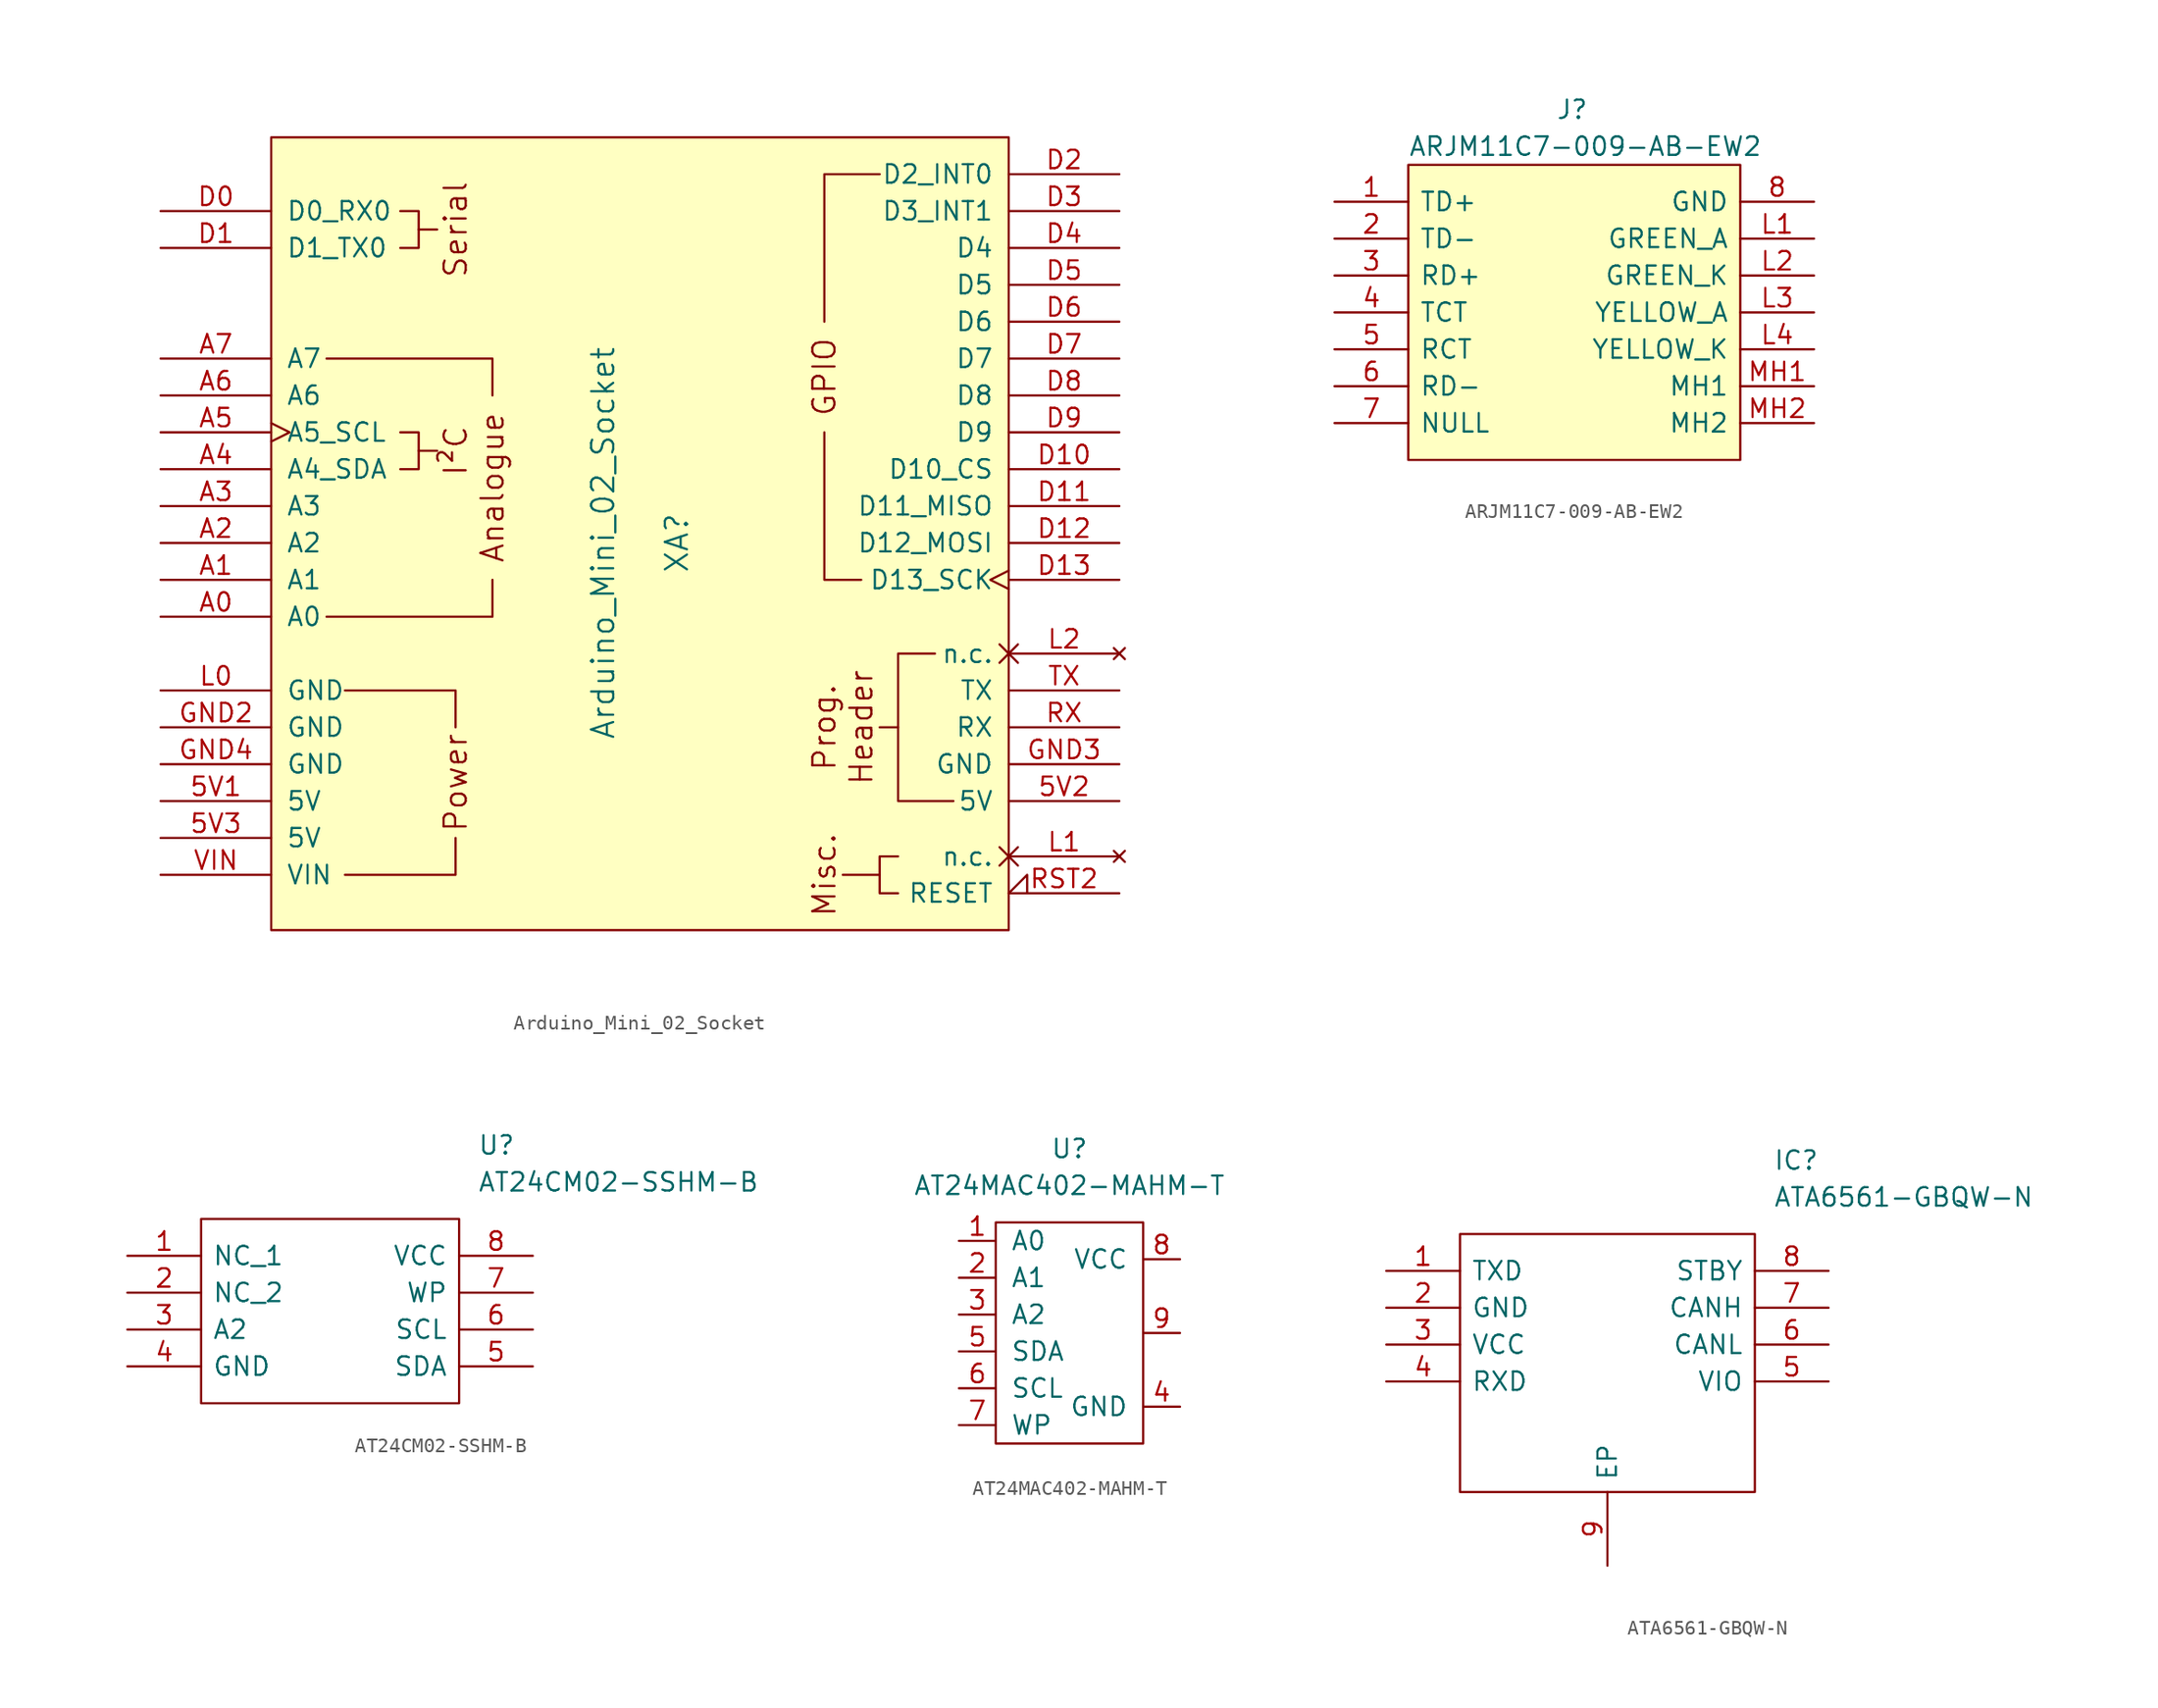
<source format=kicad_sym>
(kicad_symbol_lib
  (version 20220914)
  (generator kicad_symbol_editor)
  (symbol "Arduino_Mini_02_Socket"
    (pin_names
      (offset 1.016))
    (property "Reference" "XA"
      (at 2.54 0 90)
      (effects (font (size 1.524 1.524))))
    (property "Value" "Arduino_Mini_02_Socket"
      (at -2.54 0 90)
      (effects (font (size 1.524 1.524))))
    (symbol "Arduino_Mini_02_Socket_0_0"
      (rectangle (start -25.4 27.94) (end 25.4 -26.67) (stroke (width 0) (type default)) (fill (type background)))
      (polyline (pts (xy -15.24 6.35) (xy -13.97 6.35)) (stroke (width 0) (type default)) (fill (type none)))
      (polyline (pts (xy -15.24 21.59) (xy -13.97 21.59)) (stroke (width 0) (type default)) (fill (type none)))
      (polyline (pts (xy 16.51 -22.86) (xy 13.97 -22.86)) (stroke (width 0) (type default)) (fill (type none)))
      (polyline (pts (xy -20.32 -22.86) (xy -12.7 -22.86) (xy -12.7 -20.32)) (stroke (width 0) (type default)) (fill (type none)))
      (polyline (pts (xy -12.7 -12.7) (xy -12.7 -10.16) (xy -20.32 -10.16)) (stroke (width 0) (type default)) (fill (type none)))
      (polyline (pts (xy -10.16 -2.54) (xy -10.16 -5.08) (xy -21.59 -5.08)) (stroke (width 0) (type default)) (fill (type none)))
      (polyline (pts (xy -10.16 10.16) (xy -10.16 12.7) (xy -21.59 12.7)) (stroke (width 0) (type default)) (fill (type none)))
      (polyline (pts (xy 17.78 -12.7) (xy 17.78 -17.78) (xy 21.59 -17.78)) (stroke (width 0) (type default)) (fill (type none)))
      (polyline (pts (xy -16.51 7.62) (xy -15.24 7.62) (xy -15.24 5.08) (xy -16.51 5.08)) (stroke (width 0) (type default)) (fill (type none)))
      (polyline (pts (xy -16.51 22.86) (xy -15.24 22.86) (xy -15.24 20.32) (xy -16.51 20.32)) (stroke (width 0) (type default)) (fill (type none)))
      (polyline (pts (xy 20.32 -7.62) (xy 17.78 -7.62) (xy 17.78 -12.7) (xy 16.51 -12.7)) (stroke (width 0) (type default)) (fill (type none)))
      (text "Analogue" (at -10.16 3.81 900) (effects (font (size 1.524 1.524))))
      (text "Header" (at 15.24 -12.7 900) (effects (font (size 1.524 1.524))))
      (text "I²C" (at -12.7 6.35 900) (effects (font (size 1.524 1.524))))
      (text "Misc." (at 12.7 -22.86 900) (effects (font (size 1.524 1.524))))
      (text "Power" (at -12.7 -16.51 900) (effects (font (size 1.524 1.524))))
      (text "Prog." (at 12.7 -12.7 900) (effects (font (size 1.524 1.524))))
      (text "Serial" (at -12.7 21.59 900) (effects (font (size 1.524 1.524)))))
    (symbol "Arduino_Mini_02_Socket_0_1"
      (polyline (pts (xy 15.24 -2.54) (xy 12.7 -2.54) (xy 12.7 7.62)) (stroke (width 0) (type default)) (fill (type none)))
      (polyline (pts (xy 16.51 25.4) (xy 12.7 25.4) (xy 12.7 15.24)) (stroke (width 0) (type default)) (fill (type none)))
      (polyline (pts (xy 17.78 -21.59) (xy 16.51 -21.59) (xy 16.51 -24.13) (xy 17.78 -24.13)) (stroke (width 0) (type default)) (fill (type none))))
    (symbol "Arduino_Mini_02_Socket_1_0"
      (text "GPIO" (at 12.7 11.43 900) (effects (font (size 1.524 1.524)))))
    (symbol "Arduino_Mini_02_Socket_1_1"
      (pin power_in line (at -33.02 -17.78 0) (length 7.62) (name "5V" (effects (font (size 1.27 1.27)))) (number "5V1" (effects (font (size 1.27 1.27)))))
      (pin power_in line (at 33.02 -17.78 180) (length 7.62) (name "5V" (effects (font (size 1.27 1.27)))) (number "5V2" (effects (font (size 1.27 1.27)))))
      (pin power_in line (at -33.02 -20.32 0) (length 7.62) (name "5V" (effects (font (size 1.27 1.27)))) (number "5V3" (effects (font (size 1.27 1.27)))))
      (pin bidirectional line (at -33.02 -5.08 0) (length 7.62) (name "A0" (effects (font (size 1.27 1.27)))) (number "A0" (effects (font (size 1.27 1.27)))))
      (pin bidirectional line (at -33.02 -2.54 0) (length 7.62) (name "A1" (effects (font (size 1.27 1.27)))) (number "A1" (effects (font (size 1.27 1.27)))))
      (pin bidirectional line (at -33.02 0 0) (length 7.62) (name "A2" (effects (font (size 1.27 1.27)))) (number "A2" (effects (font (size 1.27 1.27)))))
      (pin bidirectional line (at -33.02 2.54 0) (length 7.62) (name "A3" (effects (font (size 1.27 1.27)))) (number "A3" (effects (font (size 1.27 1.27)))))
      (pin bidirectional line (at -33.02 5.08 0) (length 7.62) (name "A4_SDA" (effects (font (size 1.27 1.27)))) (number "A4" (effects (font (size 1.27 1.27)))))
      (pin bidirectional clock (at -33.02 7.62 0) (length 7.62) (name "A5_SCL" (effects (font (size 1.27 1.27)))) (number "A5" (effects (font (size 1.27 1.27)))))
      (pin input line (at -33.02 10.16 0) (length 7.62) (name "A6" (effects (font (size 1.27 1.27)))) (number "A6" (effects (font (size 1.27 1.27)))))
      (pin input line (at -33.02 12.7 0) (length 7.62) (name "A7" (effects (font (size 1.27 1.27)))) (number "A7" (effects (font (size 1.27 1.27)))))
      (pin bidirectional line (at -33.02 22.86 0) (length 7.62) (name "D0_RX0" (effects (font (size 1.27 1.27)))) (number "D0" (effects (font (size 1.27 1.27)))))
      (pin bidirectional line (at -33.02 20.32 0) (length 7.62) (name "D1_TX0" (effects (font (size 1.27 1.27)))) (number "D1" (effects (font (size 1.27 1.27)))))
      (pin bidirectional line (at 33.02 5.08 180) (length 7.62) (name "D10_CS" (effects (font (size 1.27 1.27)))) (number "D10" (effects (font (size 1.27 1.27)))))
      (pin bidirectional line (at 33.02 2.54 180) (length 7.62) (name "D11_MISO" (effects (font (size 1.27 1.27)))) (number "D11" (effects (font (size 1.27 1.27)))))
      (pin bidirectional line (at 33.02 0 180) (length 7.62) (name "D12_MOSI" (effects (font (size 1.27 1.27)))) (number "D12" (effects (font (size 1.27 1.27)))))
      (pin bidirectional clock (at 33.02 -2.54 180) (length 7.62) (name "D13_SCK" (effects (font (size 1.27 1.27)))) (number "D13" (effects (font (size 1.27 1.27)))))
      (pin bidirectional line (at 33.02 25.4 180) (length 7.62) (name "D2_INT0" (effects (font (size 1.27 1.27)))) (number "D2" (effects (font (size 1.27 1.27)))))
      (pin bidirectional line (at 33.02 22.86 180) (length 7.62) (name "D3_INT1" (effects (font (size 1.27 1.27)))) (number "D3" (effects (font (size 1.27 1.27)))))
      (pin bidirectional line (at 33.02 20.32 180) (length 7.62) (name "D4" (effects (font (size 1.27 1.27)))) (number "D4" (effects (font (size 1.27 1.27)))))
      (pin bidirectional line (at 33.02 17.78 180) (length 7.62) (name "D5" (effects (font (size 1.27 1.27)))) (number "D5" (effects (font (size 1.27 1.27)))))
      (pin bidirectional line (at 33.02 15.24 180) (length 7.62) (name "D6" (effects (font (size 1.27 1.27)))) (number "D6" (effects (font (size 1.27 1.27)))))
      (pin bidirectional line (at 33.02 12.7 180) (length 7.62) (name "D7" (effects (font (size 1.27 1.27)))) (number "D7" (effects (font (size 1.27 1.27)))))
      (pin bidirectional line (at 33.02 10.16 180) (length 7.62) (name "D8" (effects (font (size 1.27 1.27)))) (number "D8" (effects (font (size 1.27 1.27)))))
      (pin bidirectional line (at 33.02 7.62 180) (length 7.62) (name "D9" (effects (font (size 1.27 1.27)))) (number "D9" (effects (font (size 1.27 1.27)))))
      (pin power_in line (at -33.02 -12.7 0) (length 7.62) (name "GND" (effects (font (size 1.27 1.27)))) (number "GND2" (effects (font (size 1.27 1.27)))))
      (pin power_in line (at 33.02 -15.24 180) (length 7.62) (name "GND" (effects (font (size 1.27 1.27)))) (number "GND3" (effects (font (size 1.27 1.27)))))
      (pin power_in line (at -33.02 -15.24 0) (length 7.62) (name "GND" (effects (font (size 1.27 1.27)))) (number "GND4" (effects (font (size 1.27 1.27)))))
      (pin power_in line (at -33.02 -10.16 0) (length 7.62) (name "GND" (effects (font (size 1.27 1.27)))) (number "L0" (effects (font (size 1.27 1.27)))))
      (pin no_connect non_logic (at 33.02 -21.59 180) (length 7.62) (name "n.c." (effects (font (size 1.27 1.27)))) (number "L1" (effects (font (size 1.27 1.27)))))
      (pin no_connect non_logic (at 33.02 -7.62 180) (length 7.62) (name "n.c." (effects (font (size 1.27 1.27)))) (number "L2" (effects (font (size 1.27 1.27)))))
      (pin open_collector input_low (at 33.02 -24.13 180) (length 7.62) (name "RESET" (effects (font (size 1.27 1.27)))) (number "RST2" (effects (font (size 1.27 1.27)))))
      (pin bidirectional line (at 33.02 -12.7 180) (length 7.62) (name "RX" (effects (font (size 1.27 1.27)))) (number "RX" (effects (font (size 1.27 1.27)))))
      (pin bidirectional line (at 33.02 -10.16 180) (length 7.62) (name "TX" (effects (font (size 1.27 1.27)))) (number "TX" (effects (font (size 1.27 1.27)))))
      (pin power_in line (at -33.02 -22.86 0) (length 7.62) (name "VIN" (effects (font (size 1.27 1.27)))) (number "VIN" (effects (font (size 1.27 1.27)))))))
  (symbol "ARJM11C7-009-AB-EW2"
    (pin_names
      (offset 0.762))
    (property "Reference" "J"
      (at -1.27 13.97 0)
      (effects (font (size 1.27 1.27)) (justify left)))
    (property "Value" "ARJM11C7-009-AB-EW2"
      (at -11.43 11.43 0)
      (effects (font (size 1.27 1.27)) (justify left)))
    (symbol "ARJM11C7-009-AB-EW2_0_0"
      (pin passive line (at -16.51 7.62 0) (length 5.08) (name "TD+" (effects (font (size 1.27 1.27)))) (number "1" (effects (font (size 1.27 1.27)))))
      (pin passive line (at -16.51 5.08 0) (length 5.08) (name "TD-" (effects (font (size 1.27 1.27)))) (number "2" (effects (font (size 1.27 1.27)))))
      (pin passive line (at -16.51 2.54 0) (length 5.08) (name "RD+" (effects (font (size 1.27 1.27)))) (number "3" (effects (font (size 1.27 1.27)))))
      (pin passive line (at -16.51 0 0) (length 5.08) (name "TCT" (effects (font (size 1.27 1.27)))) (number "4" (effects (font (size 1.27 1.27)))))
      (pin passive line (at -16.51 -2.54 0) (length 5.08) (name "RCT" (effects (font (size 1.27 1.27)))) (number "5" (effects (font (size 1.27 1.27)))))
      (pin passive line (at -16.51 -5.08 0) (length 5.08) (name "RD-" (effects (font (size 1.27 1.27)))) (number "6" (effects (font (size 1.27 1.27)))))
      (pin passive line (at -16.51 -7.62 0) (length 5.08) (name "NULL" (effects (font (size 1.27 1.27)))) (number "7" (effects (font (size 1.27 1.27)))))
      (pin passive line (at 16.51 7.62 180) (length 5.08) (name "GND" (effects (font (size 1.27 1.27)))) (number "8" (effects (font (size 1.27 1.27)))))
      (pin passive line (at 16.51 5.08 180) (length 5.08) (name "GREEN_A" (effects (font (size 1.27 1.27)))) (number "L1" (effects (font (size 1.27 1.27)))))
      (pin passive line (at 16.51 2.54 180) (length 5.08) (name "GREEN_K" (effects (font (size 1.27 1.27)))) (number "L2" (effects (font (size 1.27 1.27)))))
      (pin passive line (at 16.51 0 180) (length 5.08) (name "YELLOW_A" (effects (font (size 1.27 1.27)))) (number "L3" (effects (font (size 1.27 1.27)))))
      (pin passive line (at 16.51 -2.54 180) (length 5.08) (name "YELLOW_K" (effects (font (size 1.27 1.27)))) (number "L4" (effects (font (size 1.27 1.27)))))
      (pin passive line (at 16.51 -5.08 180) (length 5.08) (name "MH1" (effects (font (size 1.27 1.27)))) (number "MH1" (effects (font (size 1.27 1.27)))))
      (pin passive line (at 16.51 -7.62 180) (length 5.08) (name "MH2" (effects (font (size 1.27 1.27)))) (number "MH2" (effects (font (size 1.27 1.27))))))
    (symbol "ARJM11C7-009-AB-EW2_0_1"
      (polyline (pts (xy -11.43 10.16) (xy 11.43 10.16) (xy 11.43 -10.16) (xy -11.43 -10.16) (xy -11.43 10.16)) (stroke (width 0.152) (type default)) (fill (type background)))))
  (symbol "AT24CM02-SSHM-B"
    (pin_names
      (offset 0.762))
    (property "Reference" "U"
      (at 24.13 7.62 0)
      (effects (font (size 1.27 1.27)) (justify left)))
    (property "Value" "AT24CM02-SSHM-B"
      (at 24.13 5.08 0)
      (effects (font (size 1.27 1.27)) (justify left)))
    (symbol "AT24CM02-SSHM-B_0_0"
      (pin passive line (at 0 0 0) (length 5.08) (name "NC_1" (effects (font (size 1.27 1.27)))) (number "1" (effects (font (size 1.27 1.27)))))
      (pin passive line (at 0 -2.54 0) (length 5.08) (name "NC_2" (effects (font (size 1.27 1.27)))) (number "2" (effects (font (size 1.27 1.27)))))
      (pin passive line (at 0 -5.08 0) (length 5.08) (name "A2" (effects (font (size 1.27 1.27)))) (number "3" (effects (font (size 1.27 1.27)))))
      (pin passive line (at 0 -7.62 0) (length 5.08) (name "GND" (effects (font (size 1.27 1.27)))) (number "4" (effects (font (size 1.27 1.27)))))
      (pin passive line (at 27.94 -7.62 180) (length 5.08) (name "SDA" (effects (font (size 1.27 1.27)))) (number "5" (effects (font (size 1.27 1.27)))))
      (pin passive line (at 27.94 -5.08 180) (length 5.08) (name "SCL" (effects (font (size 1.27 1.27)))) (number "6" (effects (font (size 1.27 1.27)))))
      (pin passive line (at 27.94 -2.54 180) (length 5.08) (name "WP" (effects (font (size 1.27 1.27)))) (number "7" (effects (font (size 1.27 1.27)))))
      (pin passive line (at 27.94 0 180) (length 5.08) (name "VCC" (effects (font (size 1.27 1.27)))) (number "8" (effects (font (size 1.27 1.27))))))
    (symbol "AT24CM02-SSHM-B_0_1"
      (polyline (pts (xy 5.08 2.54) (xy 22.86 2.54) (xy 22.86 -10.16) (xy 5.08 -10.16) (xy 5.08 2.54)) (stroke (width 0.152) (type default)) (fill (type none)))))
  (symbol "AT24MAC402-MAHM-T"
    (pin_names
      (offset 1.016))
    (property "Reference" "U"
      (at 0 12.7 0)
      (effects (font (size 1.27 1.27))))
    (property "Value" "AT24MAC402-MAHM-T"
      (at 0 10.16 0)
      (effects (font (size 1.27 1.27))))
    (symbol "AT24MAC402-MAHM-T_0_1"
      (rectangle (start -5.08 7.62) (end 5.08 -7.62) (stroke (width 0) (type default)) (fill (type none))))
    (symbol "AT24MAC402-MAHM-T_1_1"
      (pin power_in line (at -7.62 6.35 0) (length 2.54) (name "A0" (effects (font (size 1.27 1.27)))) (number "1" (effects (font (size 1.27 1.27)))))
      (pin power_in line (at -7.62 3.81 0) (length 2.54) (name "A1" (effects (font (size 1.27 1.27)))) (number "2" (effects (font (size 1.27 1.27)))))
      (pin power_in line (at -7.62 1.27 0) (length 2.54) (name "A2" (effects (font (size 1.27 1.27)))) (number "3" (effects (font (size 1.27 1.27)))))
      (pin power_in line (at 7.62 -5.08 180) (length 2.54) (name "GND" (effects (font (size 1.27 1.27)))) (number "4" (effects (font (size 1.27 1.27)))))
      (pin bidirectional line (at -7.62 -1.27 0) (length 2.54) (name "SDA" (effects (font (size 1.27 1.27)))) (number "5" (effects (font (size 1.27 1.27)))))
      (pin input line (at -7.62 -3.81 0) (length 2.54) (name "SCL" (effects (font (size 1.27 1.27)))) (number "6" (effects (font (size 1.27 1.27)))))
      (pin input line (at -7.62 -6.35 0) (length 2.54) (name "WP" (effects (font (size 1.27 1.27)))) (number "7" (effects (font (size 1.27 1.27)))))
      (pin power_in line (at 7.62 5.08 180) (length 2.54) (name "VCC" (effects (font (size 1.27 1.27)))) (number "8" (effects (font (size 1.27 1.27)))))
      (pin power_in line (at 7.62 0 180) (length 2.54) (name "~" (effects (font (size 1.27 1.27)))) (number "9" (effects (font (size 1.27 1.27)))))))
  (symbol "ATA6561-GBQW-N"
    (pin_names
      (offset 0.762))
    (property "Reference" "IC"
      (at 26.67 7.62 0)
      (effects (font (size 1.27 1.27)) (justify left)))
    (property "Value" "ATA6561-GBQW-N"
      (at 26.67 5.08 0)
      (effects (font (size 1.27 1.27)) (justify left)))
    (symbol "ATA6561-GBQW-N_0_0"
      (pin bidirectional line (at 0 0 0) (length 5.08) (name "TXD" (effects (font (size 1.27 1.27)))) (number "1" (effects (font (size 1.27 1.27)))))
      (pin passive line (at 0 -2.54 0) (length 5.08) (name "GND" (effects (font (size 1.27 1.27)))) (number "2" (effects (font (size 1.27 1.27)))))
      (pin power_in line (at 0 -5.08 0) (length 5.08) (name "VCC" (effects (font (size 1.27 1.27)))) (number "3" (effects (font (size 1.27 1.27)))))
      (pin bidirectional line (at 0 -7.62 0) (length 5.08) (name "RXD" (effects (font (size 1.27 1.27)))) (number "4" (effects (font (size 1.27 1.27)))))
      (pin power_in line (at 30.48 -7.62 180) (length 5.08) (name "VIO" (effects (font (size 1.27 1.27)))) (number "5" (effects (font (size 1.27 1.27)))))
      (pin bidirectional line (at 30.48 -5.08 180) (length 5.08) (name "CANL" (effects (font (size 1.27 1.27)))) (number "6" (effects (font (size 1.27 1.27)))))
      (pin bidirectional line (at 30.48 -2.54 180) (length 5.08) (name "CANH" (effects (font (size 1.27 1.27)))) (number "7" (effects (font (size 1.27 1.27)))))
      (pin bidirectional line (at 30.48 0 180) (length 5.08) (name "STBY" (effects (font (size 1.27 1.27)))) (number "8" (effects (font (size 1.27 1.27)))))
      (pin passive line (at 15.24 -20.32 90) (length 5.08) (name "EP" (effects (font (size 1.27 1.27)))) (number "9" (effects (font (size 1.27 1.27))))))
    (symbol "ATA6561-GBQW-N_0_1"
      (polyline (pts (xy 5.08 2.54) (xy 25.4 2.54) (xy 25.4 -15.24) (xy 5.08 -15.24) (xy 5.08 2.54)) (stroke (width 0.152) (type default)) (fill (type none))))))
</source>
